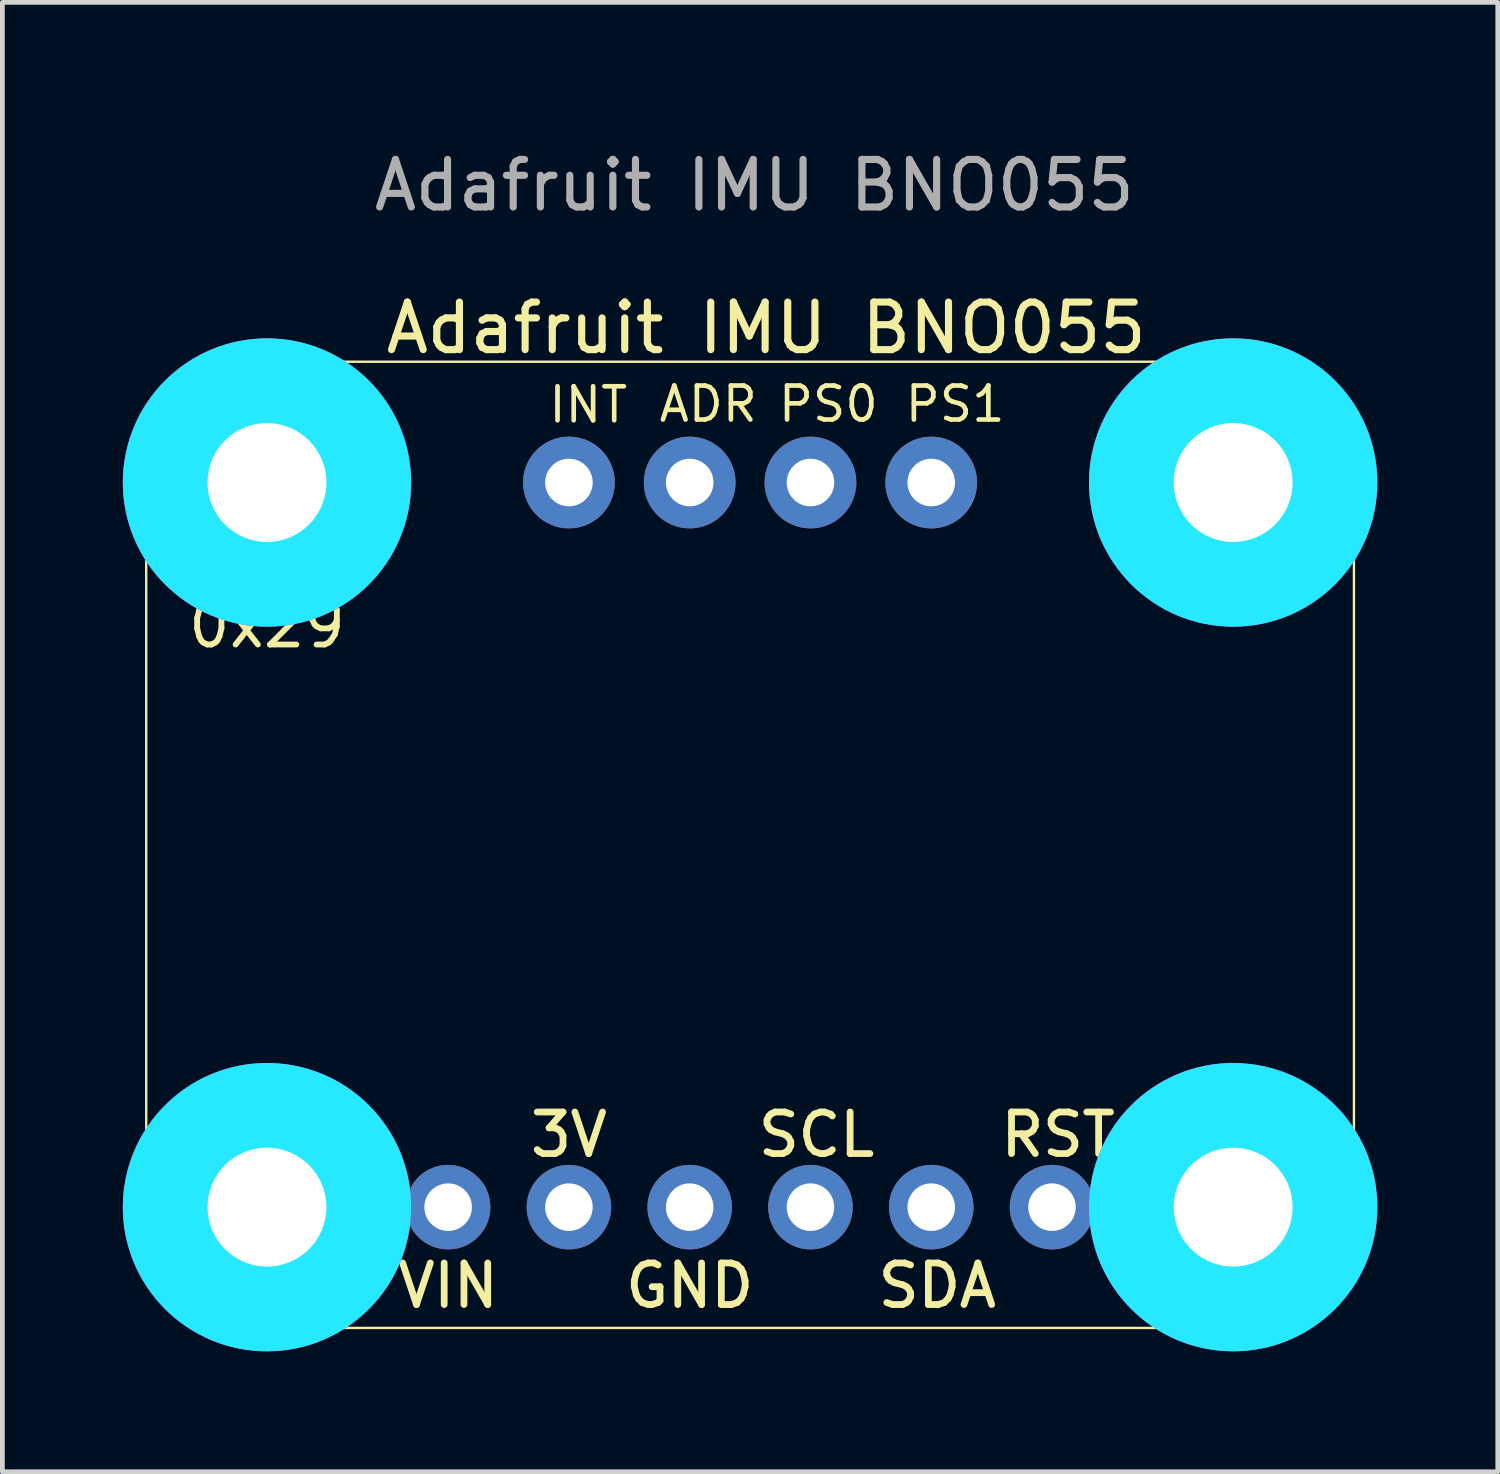
<source format=kicad_pcb>
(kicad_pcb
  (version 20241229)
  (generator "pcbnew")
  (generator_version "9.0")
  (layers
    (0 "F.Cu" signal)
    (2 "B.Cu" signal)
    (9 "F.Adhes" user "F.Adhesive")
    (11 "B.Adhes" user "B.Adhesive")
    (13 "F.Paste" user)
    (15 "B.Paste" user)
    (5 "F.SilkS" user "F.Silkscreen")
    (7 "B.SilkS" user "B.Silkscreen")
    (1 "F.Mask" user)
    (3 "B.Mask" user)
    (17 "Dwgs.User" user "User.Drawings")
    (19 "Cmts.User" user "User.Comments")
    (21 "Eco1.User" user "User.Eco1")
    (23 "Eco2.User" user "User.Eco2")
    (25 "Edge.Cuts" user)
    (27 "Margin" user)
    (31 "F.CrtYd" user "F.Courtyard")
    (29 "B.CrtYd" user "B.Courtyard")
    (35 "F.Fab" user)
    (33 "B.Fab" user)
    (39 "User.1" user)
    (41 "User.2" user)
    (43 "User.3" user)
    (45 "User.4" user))
  (footprint "Adafruit IMU BNO055"
    (layer "F.Cu")
    (at 12.725 14.718)
    (property "Reference" "Adafruit IMU BNO055" (at 0.34 -10.87 0) (unlocked yes) (layer "F.SilkS") (effects (font (size 1 1) (thickness 0.15))))
    (attr through_hole)
    (fp_poly (pts (xy 10.266 7.617) (xy 9.481 6.832) (xy 8.765 6.832) (xy 8.765 8.408) (xy 9.533 8.408)) (stroke (width 0) (type solid)) (fill yes) (layer "B.Cu"))
    (fp_poly (pts (xy 11.555 6.832) (xy 9.844 6.832) (xy 10.603 7.62) (xy 9.844 8.408) (xy 11.555 8.408)) (stroke (width 0) (type solid)) (fill yes) (layer "B.Cu"))
    (fp_poly (pts (xy 8.7 6.795) (xy 11.62 6.795) (xy 11.62 8.445) (xy 8.7 8.445)) (stroke (width 0) (type solid)) (fill yes) (layer "B.Mask"))
    (fp_line (start -12.7 -7.62) (end -12.7 7.62) (stroke (width 0.05) (type solid)) (layer "F.SilkS"))
    (fp_line (start -10.16 10.16) (end 10.16 10.16) (stroke (width 0.05) (type solid)) (layer "F.SilkS"))
    (fp_line (start 10.16 -10.16) (end -10.16 -10.16) (stroke (width 0.05) (type solid)) (layer "F.SilkS"))
    (fp_line (start 12.7 7.62) (end 12.7 -7.62) (stroke (width 0.05) (type solid)) (layer "F.SilkS"))
    (fp_arc (start -12.7 -7.62) (mid -11.956051 -9.416051) (end -10.16 -10.16) (stroke (width 0.05) (type solid)) (layer "F.SilkS"))
    (fp_arc (start -10.16 10.16) (mid -11.956051 9.416051) (end -12.7 7.62) (stroke (width 0.05) (type solid)) (layer "F.SilkS"))
    (fp_arc (start 10.16 -10.16) (mid 11.956051 -9.416051) (end 12.7 -7.62) (stroke (width 0.05) (type solid)) (layer "F.SilkS"))
    (fp_arc (start 12.7 7.62) (mid 11.956051 9.416051) (end 10.16 10.16) (stroke (width 0.05) (type solid)) (layer "F.SilkS"))
    (fp_circle (center -10.16 -7.62) (end -8.16 -7.62) (stroke (width 0.203) (type solid)) (fill no) (layer "F.SilkS"))
    (fp_circle (center -10.16 7.62) (end -8.16 7.62) (stroke (width 0.203) (type solid)) (fill no) (layer "F.SilkS"))
    (fp_circle (center 10.16 -7.62) (end 12.16 -7.62) (stroke (width 0.203) (type solid)) (fill no) (layer "F.SilkS"))
    (fp_circle (center 10.16 7.62) (end 12.16 7.62) (stroke (width 0.203) (type solid)) (fill no) (layer "F.SilkS"))
    (fp_circle (center -10.16 -7.62) (end -9.16 -7.62) (stroke (width 2.032) (type solid)) (fill no) (layer "B.CrtYd"))
    (fp_circle (center -10.16 7.62) (end -9.16 7.62) (stroke (width 2.032) (type solid)) (fill no) (layer "B.CrtYd"))
    (fp_circle (center 10.16 -7.62) (end 11.16 -7.62) (stroke (width 2.032) (type solid)) (fill no) (layer "B.CrtYd"))
    (fp_circle (center 10.16 7.62) (end 11.16 7.62) (stroke (width 2.032) (type solid)) (fill no) (layer "B.CrtYd"))
    (fp_circle (center -10.16 -7.62) (end -9.16 -7.62) (stroke (width 2.032) (type solid)) (fill no) (layer "F.CrtYd"))
    (fp_circle (center -10.16 7.62) (end -9.16 7.62) (stroke (width 2.032) (type solid)) (fill no) (layer "F.CrtYd"))
    (fp_circle (center 10.16 -7.62) (end 11.16 -7.62) (stroke (width 2.032) (type solid)) (fill no) (layer "F.CrtYd"))
    (fp_circle (center 10.16 7.62) (end 11.16 7.62) (stroke (width 2.032) (type solid)) (fill no) (layer "F.CrtYd"))
    (fp_poly (pts (xy 3.556 7.874) (xy 4.064 7.874) (xy 4.064 7.366) (xy 3.556 7.366)) (stroke (width 0.1) (type solid)) (fill no) (layer "F.Fab"))
    (fp_poly (pts (xy 6.096 7.874) (xy 6.604 7.874) (xy 6.604 7.366) (xy 6.096 7.366)) (stroke (width 0.1) (type solid)) (fill no) (layer "F.Fab"))
    (fp_poly (pts (xy 6.096 7.874) (xy 6.604 7.874) (xy 6.604 7.366) (xy 6.096 7.366)) (stroke (width 0.1) (type solid)) (fill no) (layer "F.Fab"))
    (fp_poly (pts (xy 8.61 8.12) (xy 11.71 8.12) (xy 11.71 7.12) (xy 8.61 7.12)) (stroke (width 0.1) (type solid)) (fill no) (layer "F.Fab"))
    (fp_poly (pts (xy 8.61 8.12) (xy 11.71 8.12) (xy 11.71 7.12) (xy 8.61 7.12)) (stroke (width 0.1) (type solid)) (fill no) (layer "F.Fab"))
    (fp_poly (pts (xy 8.636 7.874) (xy 9.144 7.874) (xy 9.144 7.366) (xy 8.636 7.366)) (stroke (width 0.1) (type solid)) (fill no) (layer "F.Fab"))
    (fp_poly (pts (xy 8.636 7.874) (xy 9.144 7.874) (xy 9.144 7.366) (xy 8.636 7.366)) (stroke (width 0.1) (type solid)) (fill no) (layer "F.Fab"))
    (fp_poly (pts (xy 8.96 6.77) (xy 9.46 6.77) (xy 9.46 6.12) (xy 8.96 6.12)) (stroke (width 0.1) (type solid)) (fill no) (layer "F.Fab"))
    (fp_poly (pts (xy 8.96 9.12) (xy 9.46 9.12) (xy 9.46 8.47) (xy 8.96 8.47)) (stroke (width 0.1) (type solid)) (fill no) (layer "F.Fab"))
    (fp_poly (pts (xy 9.068 8.344) (xy 9.818 8.344) (xy 9.818 6.894) (xy 9.068 6.894)) (stroke (width 0.1) (type solid)) (fill no) (layer "F.Fab"))
    (fp_poly (pts (xy 9.068 8.344) (xy 9.818 8.344) (xy 9.818 6.894) (xy 9.068 6.894)) (stroke (width 0.1) (type solid)) (fill no) (layer "F.Fab"))
    (fp_poly (pts (xy 9.322 8.09) (xy 9.822 8.09) (xy 9.822 7.14) (xy 9.322 7.14)) (stroke (width 0.1) (type solid)) (fill no) (layer "F.Fab"))
    (fp_poly (pts (xy 9.322 8.09) (xy 9.822 8.09) (xy 9.822 7.14) (xy 9.322 7.14)) (stroke (width 0.1) (type solid)) (fill no) (layer "F.Fab"))
    (fp_poly (pts (xy 9.322 8.09) (xy 9.822 8.09) (xy 9.822 7.14) (xy 9.322 7.14)) (stroke (width 0.1) (type solid)) (fill no) (layer "F.Fab"))
    (fp_poly (pts (xy 9.322 8.09) (xy 9.822 8.09) (xy 9.822 7.14) (xy 9.322 7.14)) (stroke (width 0.1) (type solid)) (fill no) (layer "F.Fab"))
    (fp_poly (pts (xy 9.322 8.09) (xy 9.822 8.09) (xy 9.822 7.14) (xy 9.322 7.14)) (stroke (width 0.1) (type solid)) (fill no) (layer "F.Fab"))
    (fp_poly (pts (xy 9.385 6.92) (xy 9.635 6.92) (xy 9.635 6.57) (xy 9.385 6.57)) (stroke (width 0.1) (type solid)) (fill no) (layer "F.Fab"))
    (fp_poly (pts (xy 9.385 8.67) (xy 9.635 8.67) (xy 9.635 8.32) (xy 9.385 8.32)) (stroke (width 0.1) (type solid)) (fill no) (layer "F.Fab"))
    (fp_poly (pts (xy 9.71 6.92) (xy 9.91 6.92) (xy 9.91 6.77) (xy 9.71 6.77)) (stroke (width 0.1) (type solid)) (fill no) (layer "F.Fab"))
    (fp_poly (pts (xy 9.91 9.12) (xy 10.41 9.12) (xy 10.41 8.47) (xy 9.91 8.47)) (stroke (width 0.1) (type solid)) (fill no) (layer "F.Fab"))
    (fp_poly (pts (xy 10.035 6.92) (xy 10.285 6.92) (xy 10.285 6.57) (xy 10.035 6.57)) (stroke (width 0.1) (type solid)) (fill no) (layer "F.Fab"))
    (fp_poly (pts (xy 10.49 8.09) (xy 10.99 8.09) (xy 10.99 7.14) (xy 10.49 7.14)) (stroke (width 0.1) (type solid)) (fill no) (layer "F.Fab"))
    (fp_poly (pts (xy 10.49 8.09) (xy 10.99 8.09) (xy 10.99 7.14) (xy 10.49 7.14)) (stroke (width 0.1) (type solid)) (fill no) (layer "F.Fab"))
    (fp_poly (pts (xy 10.49 8.09) (xy 10.99 8.09) (xy 10.99 7.14) (xy 10.49 7.14)) (stroke (width 0.1) (type solid)) (fill no) (layer "F.Fab"))
    (fp_poly (pts (xy 10.49 8.09) (xy 10.99 8.09) (xy 10.99 7.14) (xy 10.49 7.14)) (stroke (width 0.1) (type solid)) (fill no) (layer "F.Fab"))
    (fp_poly (pts (xy 10.49 8.09) (xy 10.99 8.09) (xy 10.99 7.14) (xy 10.49 7.14)) (stroke (width 0.1) (type solid)) (fill no) (layer "F.Fab"))
    (fp_poly (pts (xy 10.516 8.344) (xy 11.266 8.344) (xy 11.266 6.894) (xy 10.516 6.894)) (stroke (width 0.1) (type solid)) (fill no) (layer "F.Fab"))
    (fp_poly (pts (xy 10.516 8.344) (xy 11.266 8.344) (xy 11.266 6.894) (xy 10.516 6.894)) (stroke (width 0.1) (type solid)) (fill no) (layer "F.Fab"))
    (fp_poly (pts (xy 11.176 7.874) (xy 11.684 7.874) (xy 11.684 7.366) (xy 11.176 7.366)) (stroke (width 0.1) (type solid)) (fill no) (layer "F.Fab"))
    (fp_poly (pts (xy 11.176 7.874) (xy 11.684 7.874) (xy 11.684 7.366) (xy 11.176 7.366)) (stroke (width 0.1) (type solid)) (fill no) (layer "F.Fab"))
    (fp_text user "PS1" (at 4.313 -9.271 0) (layer "F.SilkS") (effects (font (size 0.715 0.715) (thickness 0.098))))
    (fp_text user "VIN" (at -6.35 9.271 0) (layer "F.SilkS") (effects (font (size 0.874 0.874) (thickness 0.142))))
    (fp_text user "3V" (at -3.81 6.096 0) (layer "F.SilkS") (effects (font (size 0.874 0.874) (thickness 0.142))))
    (fp_text user "PS0" (at 1.646 -9.271 0) (layer "F.SilkS") (effects (font (size 0.715 0.715) (thickness 0.098))))
    (fp_text user "ADR" (at -0.88 -9.271 0) (layer "F.SilkS") (effects (font (size 0.715 0.715) (thickness 0.098))))
    (fp_text user "SDA" (at 3.937 9.271 0) (layer "F.SilkS") (effects (font (size 0.874 0.874) (thickness 0.142))))
    (fp_text user "RST" (at 6.477 6.096 0) (layer "F.SilkS") (effects (font (size 0.874 0.874) (thickness 0.142))))
    (fp_text user "INT" (at -3.403 -9.255 0) (layer "F.SilkS") (effects (font (size 0.715 0.715) (thickness 0.098))))
    (fp_text user "SCL" (at 1.397 6.096 0) (layer "F.SilkS") (effects (font (size 0.874 0.874) (thickness 0.142))))
    (fp_text user "0x29" (at -10.16 -4.62 180) (layer "F.SilkS") (effects (font (size 0.894 0.894) (thickness 0.122))))
    (fp_text user "GND" (at -1.27 9.271 0) (layer "F.SilkS") (effects (font (size 0.874 0.874) (thickness 0.142))))
    (fp_text user "${REFERENCE}" (at 0.09 -13.87 0) (unlocked yes) (layer "F.Fab") (effects (font (size 1 1) (thickness 0.15))))
    (pad "1" thru_hole circle (at -6.35 7.62 90) (size 1.778 1.778) (drill 1) (layers "*.Cu" "*.Mask"))
    (pad "2" thru_hole circle (at -3.81 7.62 90) (size 1.778 1.778) (drill 1) (layers "*.Cu" "*.Mask"))
    (pad "3" thru_hole circle (at -1.27 7.62 90) (size 1.778 1.778) (drill 1) (layers "*.Cu" "*.Mask"))
    (pad "4" thru_hole circle (at 1.27 7.62 90) (size 1.778 1.778) (drill 1) (layers "*.Cu" "*.Mask"))
    (pad "5" thru_hole circle (at 3.81 7.62 90) (size 1.778 1.778) (drill 1) (layers "*.Cu" "*.Mask"))
    (pad "6" thru_hole circle (at 6.35 7.62 90) (size 1.778 1.778) (drill 1) (layers "*.Cu" "*.Mask"))
    (pad "7" thru_hole circle (at -3.81 -7.62 90) (size 1.93 1.93) (drill 1) (layers "*.Cu" "*.Mask"))
    (pad "8" thru_hole circle (at -1.27 -7.62 90) (size 1.93 1.93) (drill 1) (layers "*.Cu" "*.Mask"))
    (pad "9" thru_hole circle (at 1.27 -7.62 90) (size 1.93 1.93) (drill 1) (layers "*.Cu" "*.Mask"))
    (pad "10" thru_hole circle (at 3.81 -7.62 90) (size 1.93 1.93) (drill 1) (layers "*.Cu" "*.Mask"))
    (pad "P$1" thru_hole circle (at -10.16 -7.62) (size 3.2 3.2) (drill 2.5) (layers "*.Cu" "*.Mask"))
    (pad "P$1" thru_hole circle (at -10.16 7.62) (size 3.2 3.2) (drill 2.5) (layers "*.Cu" "*.Mask"))
    (pad "P$1" thru_hole circle (at 10.16 -7.62) (size 3.2 3.2) (drill 2.5) (layers "*.Cu" "*.Mask"))
    (pad "P$1" thru_hole circle (at 10.16 7.62) (size 3.2 3.2) (drill 2.5) (layers "*.Cu" "*.Mask"))
    (zone (net_name "") (layer "F.Cu") (hatch edge 0.508) (connect_pads) (min_thickness 0.254) (filled_areas_thickness no) (keepout (tracks not_allowed) (vias not_allowed) (pads not_allowed) (copperpour not_allowed) (footprints allowed)) (placement (enabled no)) (fill) (polygon (pts (xy 4.581 7.098) (xy 4.55 6.748) (xy 4.459 6.409) (xy 4.311 6.09) (xy 4.109 5.802) (xy 3.861 5.554) (xy 3.573 5.352) (xy 3.255 5.204) (xy 2.915 5.113) (xy 2.565 5.082) (xy 2.215 5.113) (xy 1.875 5.204) (xy 1.557 5.352) (xy 1.269 5.554) (xy 1.021 5.802) (xy 0.819 6.09) (xy 0.671 6.409) (xy 0.58 6.748) (xy 0.549 7.098) (xy 0.58 7.448) (xy 0.671 7.788) (xy 0.819 8.106) (xy 1.021 8.394) (xy 1.269 8.643) (xy 1.557 8.844) (xy 1.875 8.993) (xy 2.215 9.084) (xy 2.565 9.114) (xy 2.915 9.084) (xy 3.255 8.993) (xy 3.573 8.844) (xy 3.861 8.643) (xy 4.109 8.394) (xy 4.311 8.106) (xy 4.459 7.788) (xy 4.55 7.448))) (polygon (pts (xy 2.549 7.098) (xy 2.549 7.101) (xy 2.55 7.104) (xy 2.551 7.106) (xy 2.553 7.109) (xy 2.555 7.111) (xy 2.557 7.112) (xy 2.56 7.113) (xy 2.562 7.114) (xy 2.565 7.114) (xy 2.568 7.114) (xy 2.57 7.113) (xy 2.573 7.112) (xy 2.575 7.111) (xy 2.577 7.109) (xy 2.579 7.106) (xy 2.58 7.104) (xy 2.581 7.101) (xy 2.581 7.098) (xy 2.581 7.095) (xy 2.58 7.093) (xy 2.579 7.09) (xy 2.577 7.088) (xy 2.575 7.086) (xy 2.573 7.084) (xy 2.57 7.083) (xy 2.568 7.082) (xy 2.565 7.082) (xy 2.562 7.082) (xy 2.56 7.083) (xy 2.557 7.084) (xy 2.555 7.086) (xy 2.553 7.088) (xy 2.551 7.09) (xy 2.55 7.093) (xy 2.549 7.095))))
    (zone (net_name "") (layer "F.Cu") (hatch edge 0.508) (connect_pads) (min_thickness 0.254) (filled_areas_thickness no) (keepout (tracks not_allowed) (vias not_allowed) (pads not_allowed) (copperpour not_allowed) (footprints allowed)) (placement (enabled no)) (fill) (polygon (pts (xy 4.581 22.338) (xy 4.55 21.988) (xy 4.459 21.649) (xy 4.311 21.33) (xy 4.109 21.042) (xy 3.861 20.794) (xy 3.573 20.592) (xy 3.255 20.444) (xy 2.915 20.353) (xy 2.565 20.322) (xy 2.215 20.353) (xy 1.875 20.444) (xy 1.557 20.592) (xy 1.269 20.794) (xy 1.021 21.042) (xy 0.819 21.33) (xy 0.671 21.649) (xy 0.58 21.988) (xy 0.549 22.338) (xy 0.58 22.688) (xy 0.671 23.028) (xy 0.819 23.346) (xy 1.021 23.634) (xy 1.269 23.883) (xy 1.557 24.084) (xy 1.875 24.233) (xy 2.215 24.324) (xy 2.565 24.354) (xy 2.915 24.324) (xy 3.255 24.233) (xy 3.573 24.084) (xy 3.861 23.883) (xy 4.109 23.634) (xy 4.311 23.346) (xy 4.459 23.028) (xy 4.55 22.688))) (polygon (pts (xy 2.549 22.338) (xy 2.549 22.341) (xy 2.55 22.344) (xy 2.551 22.346) (xy 2.553 22.349) (xy 2.555 22.351) (xy 2.557 22.352) (xy 2.56 22.353) (xy 2.562 22.354) (xy 2.565 22.354) (xy 2.568 22.354) (xy 2.57 22.353) (xy 2.573 22.352) (xy 2.575 22.351) (xy 2.577 22.349) (xy 2.579 22.346) (xy 2.58 22.344) (xy 2.581 22.341) (xy 2.581 22.338) (xy 2.581 22.335) (xy 2.58 22.333) (xy 2.579 22.33) (xy 2.577 22.328) (xy 2.575 22.326) (xy 2.573 22.324) (xy 2.57 22.323) (xy 2.568 22.322) (xy 2.565 22.322) (xy 2.562 22.322) (xy 2.56 22.323) (xy 2.557 22.324) (xy 2.555 22.326) (xy 2.553 22.328) (xy 2.551 22.33) (xy 2.55 22.333) (xy 2.549 22.335))))
    (zone (net_name "") (layer "F.Cu") (hatch edge 0.508) (connect_pads) (min_thickness 0.254) (filled_areas_thickness no) (keepout (tracks not_allowed) (vias not_allowed) (pads not_allowed) (copperpour not_allowed) (footprints allowed)) (placement (enabled no)) (fill) (polygon (pts (xy 24.901 7.098) (xy 24.87 6.748) (xy 24.779 6.409) (xy 24.631 6.09) (xy 24.429 5.802) (xy 24.181 5.554) (xy 23.893 5.352) (xy 23.575 5.204) (xy 23.235 5.113) (xy 22.885 5.082) (xy 22.535 5.113) (xy 22.195 5.204) (xy 21.877 5.352) (xy 21.589 5.554) (xy 21.341 5.802) (xy 21.139 6.09) (xy 20.991 6.409) (xy 20.9 6.748) (xy 20.869 7.098) (xy 20.9 7.448) (xy 20.991 7.788) (xy 21.139 8.106) (xy 21.341 8.394) (xy 21.589 8.643) (xy 21.877 8.844) (xy 22.195 8.993) (xy 22.535 9.084) (xy 22.885 9.114) (xy 23.235 9.084) (xy 23.575 8.993) (xy 23.893 8.844) (xy 24.181 8.643) (xy 24.429 8.394) (xy 24.631 8.106) (xy 24.779 7.788) (xy 24.87 7.448))) (polygon (pts (xy 22.869 7.098) (xy 22.869 7.101) (xy 22.87 7.104) (xy 22.871 7.106) (xy 22.873 7.109) (xy 22.875 7.111) (xy 22.877 7.112) (xy 22.88 7.113) (xy 22.882 7.114) (xy 22.885 7.114) (xy 22.888 7.114) (xy 22.89 7.113) (xy 22.893 7.112) (xy 22.895 7.111) (xy 22.897 7.109) (xy 22.899 7.106) (xy 22.9 7.104) (xy 22.901 7.101) (xy 22.901 7.098) (xy 22.901 7.095) (xy 22.9 7.093) (xy 22.899 7.09) (xy 22.897 7.088) (xy 22.895 7.086) (xy 22.893 7.084) (xy 22.89 7.083) (xy 22.888 7.082) (xy 22.885 7.082) (xy 22.882 7.082) (xy 22.88 7.083) (xy 22.877 7.084) (xy 22.875 7.086) (xy 22.873 7.088) (xy 22.871 7.09) (xy 22.87 7.093) (xy 22.869 7.095))))
    (zone (net_name "") (layer "F.Cu") (hatch edge 0.508) (connect_pads) (min_thickness 0.254) (filled_areas_thickness no) (keepout (tracks not_allowed) (vias not_allowed) (pads not_allowed) (copperpour not_allowed) (footprints allowed)) (placement (enabled no)) (fill) (polygon (pts (xy 24.901 22.338) (xy 24.87 21.988) (xy 24.779 21.649) (xy 24.631 21.33) (xy 24.429 21.042) (xy 24.181 20.794) (xy 23.893 20.592) (xy 23.575 20.444) (xy 23.235 20.353) (xy 22.885 20.322) (xy 22.535 20.353) (xy 22.195 20.444) (xy 21.877 20.592) (xy 21.589 20.794) (xy 21.341 21.042) (xy 21.139 21.33) (xy 20.991 21.649) (xy 20.9 21.988) (xy 20.869 22.338) (xy 20.9 22.688) (xy 20.991 23.028) (xy 21.139 23.346) (xy 21.341 23.634) (xy 21.589 23.883) (xy 21.877 24.084) (xy 22.195 24.233) (xy 22.535 24.324) (xy 22.885 24.354) (xy 23.235 24.324) (xy 23.575 24.233) (xy 23.893 24.084) (xy 24.181 23.883) (xy 24.429 23.634) (xy 24.631 23.346) (xy 24.779 23.028) (xy 24.87 22.688))) (polygon (pts (xy 22.869 22.338) (xy 22.869 22.341) (xy 22.87 22.344) (xy 22.871 22.346) (xy 22.873 22.349) (xy 22.875 22.351) (xy 22.877 22.352) (xy 22.88 22.353) (xy 22.882 22.354) (xy 22.885 22.354) (xy 22.888 22.354) (xy 22.89 22.353) (xy 22.893 22.352) (xy 22.895 22.351) (xy 22.897 22.349) (xy 22.899 22.346) (xy 22.9 22.344) (xy 22.901 22.341) (xy 22.901 22.338) (xy 22.901 22.335) (xy 22.9 22.333) (xy 22.899 22.33) (xy 22.897 22.328) (xy 22.895 22.326) (xy 22.893 22.324) (xy 22.89 22.323) (xy 22.888 22.322) (xy 22.885 22.322) (xy 22.882 22.322) (xy 22.88 22.323) (xy 22.877 22.324) (xy 22.875 22.326) (xy 22.873 22.328) (xy 22.871 22.33) (xy 22.87 22.333) (xy 22.869 22.335))))
    (zone (net_name "") (layer "B.Cu") (hatch edge 0.508) (connect_pads) (min_thickness 0.254) (filled_areas_thickness no) (keepout (tracks not_allowed) (vias not_allowed) (pads not_allowed) (copperpour not_allowed) (footprints allowed)) (placement (enabled no)) (fill) (polygon (pts (xy 4.581 7.098) (xy 4.55 6.748) (xy 4.459 6.409) (xy 4.311 6.09) (xy 4.109 5.802) (xy 3.861 5.554) (xy 3.573 5.352) (xy 3.255 5.204) (xy 2.915 5.113) (xy 2.565 5.082) (xy 2.215 5.113) (xy 1.875 5.204) (xy 1.557 5.352) (xy 1.269 5.554) (xy 1.021 5.802) (xy 0.819 6.09) (xy 0.671 6.409) (xy 0.58 6.748) (xy 0.549 7.098) (xy 0.58 7.448) (xy 0.671 7.788) (xy 0.819 8.106) (xy 1.021 8.394) (xy 1.269 8.643) (xy 1.557 8.844) (xy 1.875 8.993) (xy 2.215 9.084) (xy 2.565 9.114) (xy 2.915 9.084) (xy 3.255 8.993) (xy 3.573 8.844) (xy 3.861 8.643) (xy 4.109 8.394) (xy 4.311 8.106) (xy 4.459 7.788) (xy 4.55 7.448))) (polygon (pts (xy 2.549 7.098) (xy 2.549 7.101) (xy 2.55 7.104) (xy 2.551 7.106) (xy 2.553 7.109) (xy 2.555 7.111) (xy 2.557 7.112) (xy 2.56 7.113) (xy 2.562 7.114) (xy 2.565 7.114) (xy 2.568 7.114) (xy 2.57 7.113) (xy 2.573 7.112) (xy 2.575 7.111) (xy 2.577 7.109) (xy 2.579 7.106) (xy 2.58 7.104) (xy 2.581 7.101) (xy 2.581 7.098) (xy 2.581 7.095) (xy 2.58 7.093) (xy 2.579 7.09) (xy 2.577 7.088) (xy 2.575 7.086) (xy 2.573 7.084) (xy 2.57 7.083) (xy 2.568 7.082) (xy 2.565 7.082) (xy 2.562 7.082) (xy 2.56 7.083) (xy 2.557 7.084) (xy 2.555 7.086) (xy 2.553 7.088) (xy 2.551 7.09) (xy 2.55 7.093) (xy 2.549 7.095))))
    (zone (net_name "") (layer "B.Cu") (hatch edge 0.508) (connect_pads) (min_thickness 0.254) (filled_areas_thickness no) (keepout (tracks not_allowed) (vias not_allowed) (pads not_allowed) (copperpour not_allowed) (footprints allowed)) (placement (enabled no)) (fill) (polygon (pts (xy 4.581 22.338) (xy 4.55 21.988) (xy 4.459 21.649) (xy 4.311 21.33) (xy 4.109 21.042) (xy 3.861 20.794) (xy 3.573 20.592) (xy 3.255 20.444) (xy 2.915 20.353) (xy 2.565 20.322) (xy 2.215 20.353) (xy 1.875 20.444) (xy 1.557 20.592) (xy 1.269 20.794) (xy 1.021 21.042) (xy 0.819 21.33) (xy 0.671 21.649) (xy 0.58 21.988) (xy 0.549 22.338) (xy 0.58 22.688) (xy 0.671 23.028) (xy 0.819 23.346) (xy 1.021 23.634) (xy 1.269 23.883) (xy 1.557 24.084) (xy 1.875 24.233) (xy 2.215 24.324) (xy 2.565 24.354) (xy 2.915 24.324) (xy 3.255 24.233) (xy 3.573 24.084) (xy 3.861 23.883) (xy 4.109 23.634) (xy 4.311 23.346) (xy 4.459 23.028) (xy 4.55 22.688))) (polygon (pts (xy 2.549 22.338) (xy 2.549 22.341) (xy 2.55 22.344) (xy 2.551 22.346) (xy 2.553 22.349) (xy 2.555 22.351) (xy 2.557 22.352) (xy 2.56 22.353) (xy 2.562 22.354) (xy 2.565 22.354) (xy 2.568 22.354) (xy 2.57 22.353) (xy 2.573 22.352) (xy 2.575 22.351) (xy 2.577 22.349) (xy 2.579 22.346) (xy 2.58 22.344) (xy 2.581 22.341) (xy 2.581 22.338) (xy 2.581 22.335) (xy 2.58 22.333) (xy 2.579 22.33) (xy 2.577 22.328) (xy 2.575 22.326) (xy 2.573 22.324) (xy 2.57 22.323) (xy 2.568 22.322) (xy 2.565 22.322) (xy 2.562 22.322) (xy 2.56 22.323) (xy 2.557 22.324) (xy 2.555 22.326) (xy 2.553 22.328) (xy 2.551 22.33) (xy 2.55 22.333) (xy 2.549 22.335))))
    (zone (net_name "") (layer "B.Cu") (hatch edge 0.508) (connect_pads) (min_thickness 0.254) (filled_areas_thickness no) (keepout (tracks not_allowed) (vias not_allowed) (pads not_allowed) (copperpour not_allowed) (footprints allowed)) (placement (enabled no)) (fill) (polygon (pts (xy 24.901 7.098) (xy 24.87 6.748) (xy 24.779 6.409) (xy 24.631 6.09) (xy 24.429 5.802) (xy 24.181 5.554) (xy 23.893 5.352) (xy 23.575 5.204) (xy 23.235 5.113) (xy 22.885 5.082) (xy 22.535 5.113) (xy 22.195 5.204) (xy 21.877 5.352) (xy 21.589 5.554) (xy 21.341 5.802) (xy 21.139 6.09) (xy 20.991 6.409) (xy 20.9 6.748) (xy 20.869 7.098) (xy 20.9 7.448) (xy 20.991 7.788) (xy 21.139 8.106) (xy 21.341 8.394) (xy 21.589 8.643) (xy 21.877 8.844) (xy 22.195 8.993) (xy 22.535 9.084) (xy 22.885 9.114) (xy 23.235 9.084) (xy 23.575 8.993) (xy 23.893 8.844) (xy 24.181 8.643) (xy 24.429 8.394) (xy 24.631 8.106) (xy 24.779 7.788) (xy 24.87 7.448))) (polygon (pts (xy 22.869 7.098) (xy 22.869 7.101) (xy 22.87 7.104) (xy 22.871 7.106) (xy 22.873 7.109) (xy 22.875 7.111) (xy 22.877 7.112) (xy 22.88 7.113) (xy 22.882 7.114) (xy 22.885 7.114) (xy 22.888 7.114) (xy 22.89 7.113) (xy 22.893 7.112) (xy 22.895 7.111) (xy 22.897 7.109) (xy 22.899 7.106) (xy 22.9 7.104) (xy 22.901 7.101) (xy 22.901 7.098) (xy 22.901 7.095) (xy 22.9 7.093) (xy 22.899 7.09) (xy 22.897 7.088) (xy 22.895 7.086) (xy 22.893 7.084) (xy 22.89 7.083) (xy 22.888 7.082) (xy 22.885 7.082) (xy 22.882 7.082) (xy 22.88 7.083) (xy 22.877 7.084) (xy 22.875 7.086) (xy 22.873 7.088) (xy 22.871 7.09) (xy 22.87 7.093) (xy 22.869 7.095))))
    (zone (net_name "") (layer "B.Cu") (hatch edge 0.508) (connect_pads) (min_thickness 0.254) (filled_areas_thickness no) (keepout (tracks not_allowed) (vias not_allowed) (pads not_allowed) (copperpour not_allowed) (footprints allowed)) (placement (enabled no)) (fill) (polygon (pts (xy 24.901 22.338) (xy 24.87 21.988) (xy 24.779 21.649) (xy 24.631 21.33) (xy 24.429 21.042) (xy 24.181 20.794) (xy 23.893 20.592) (xy 23.575 20.444) (xy 23.235 20.353) (xy 22.885 20.322) (xy 22.535 20.353) (xy 22.195 20.444) (xy 21.877 20.592) (xy 21.589 20.794) (xy 21.341 21.042) (xy 21.139 21.33) (xy 20.991 21.649) (xy 20.9 21.988) (xy 20.869 22.338) (xy 20.9 22.688) (xy 20.991 23.028) (xy 21.139 23.346) (xy 21.341 23.634) (xy 21.589 23.883) (xy 21.877 24.084) (xy 22.195 24.233) (xy 22.535 24.324) (xy 22.885 24.354) (xy 23.235 24.324) (xy 23.575 24.233) (xy 23.893 24.084) (xy 24.181 23.883) (xy 24.429 23.634) (xy 24.631 23.346) (xy 24.779 23.028) (xy 24.87 22.688))) (polygon (pts (xy 22.869 22.338) (xy 22.869 22.341) (xy 22.87 22.344) (xy 22.871 22.346) (xy 22.873 22.349) (xy 22.875 22.351) (xy 22.877 22.352) (xy 22.88 22.353) (xy 22.882 22.354) (xy 22.885 22.354) (xy 22.888 22.354) (xy 22.89 22.353) (xy 22.893 22.352) (xy 22.895 22.351) (xy 22.897 22.349) (xy 22.899 22.346) (xy 22.9 22.344) (xy 22.901 22.341) (xy 22.901 22.338) (xy 22.901 22.335) (xy 22.9 22.333) (xy 22.899 22.33) (xy 22.897 22.328) (xy 22.895 22.326) (xy 22.893 22.324) (xy 22.89 22.323) (xy 22.888 22.322) (xy 22.885 22.322) (xy 22.882 22.322) (xy 22.88 22.323) (xy 22.877 22.324) (xy 22.875 22.326) (xy 22.873 22.328) (xy 22.871 22.33) (xy 22.87 22.333) (xy 22.869 22.335)))))
  (gr_rect
    (start -3 -3)
    (end 28.45 27.903)
    (stroke (width 0.1) (type default))
    (fill no)
    (layer "Edge.Cuts")))
</source>
